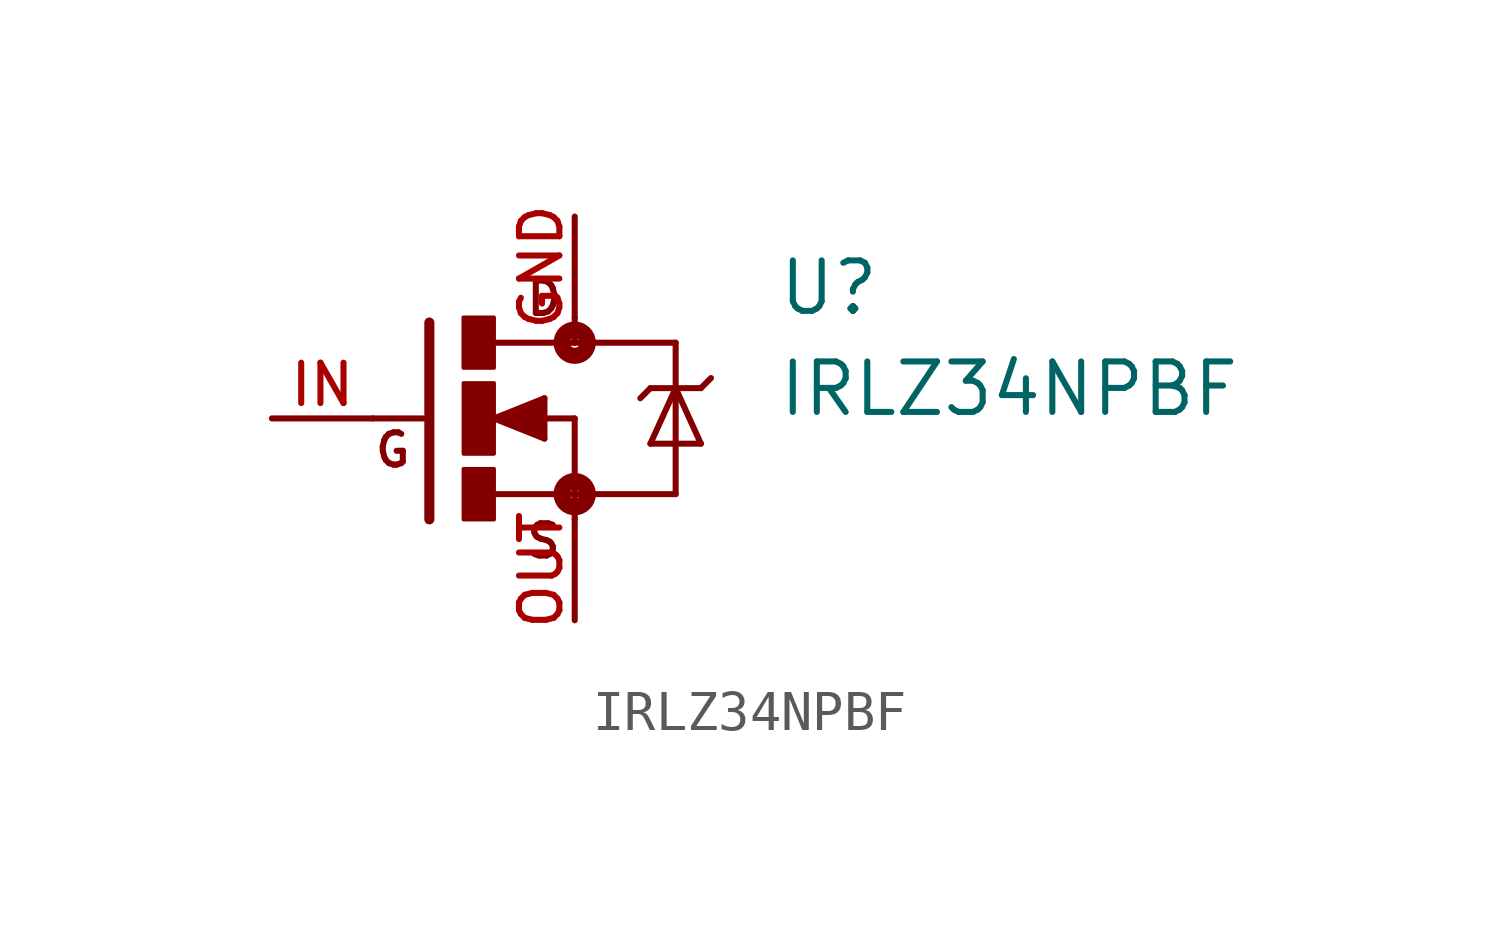
<source format=kicad_sym>
(kicad_symbol_lib
  (version 20211014)
  (generator kicad_symbol_editor)
  (symbol "IRLZ34NPBF"
    (pin_names
      (offset 1.016))
    (property "Reference" "U"
      (at 5.086 2.543 0)
      (effects (font (size 1.27 1.27)) (justify bottom left)))
    (property "Value" "IRLZ34NPBF"
      (at 5.085 0.0 0)
      (effects (font (size 1.27 1.27)) (justify bottom left)))
    (symbol "IRLZ34NPBF_0_0"
      (polyline (pts (xy -3.658 2.413) (xy -3.658 -2.54)) (stroke (width 0.254)))
      (polyline (pts (xy 0.0 1.905) (xy -2.007 1.905)) (stroke (width 0.152)))
      (polyline (pts (xy 0.0 0.0) (xy 0.0 -1.905)) (stroke (width 0.152)))
      (polyline (pts (xy -2.032 -1.905) (xy 0.0 -1.905)) (stroke (width 0.152)))
      (polyline (pts (xy 0.0 2.54) (xy 0.0 1.905)) (stroke (width 0.152)))
      (polyline (pts (xy 0.0 1.905) (xy 2.54 1.905)) (stroke (width 0.152)))
      (polyline (pts (xy 2.54 -1.905) (xy 0.0 -1.905)) (stroke (width 0.152)))
      (polyline (pts (xy 0.0 -1.905) (xy 0.0 -2.54)) (stroke (width 0.152)))
      (polyline (pts (xy -3.81 0.0) (xy -5.08 0.0)) (stroke (width 0.152)))
      (polyline (pts (xy -2.032 0.0) (xy -0.762 -0.508)) (stroke (width 0.152)))
      (polyline (pts (xy -0.762 -0.508) (xy -0.762 0.508)) (stroke (width 0.152)))
      (polyline (pts (xy -0.762 0.508) (xy -2.032 0.0)) (stroke (width 0.152)))
      (polyline (pts (xy -0.889 0.0) (xy 0.0 0.0)) (stroke (width 0.152)))
      (polyline (pts (xy -0.889 0.254) (xy -1.778 0.0)) (stroke (width 0.305)))
      (polyline (pts (xy -1.778 0.0) (xy -0.889 -0.254)) (stroke (width 0.305)))
      (polyline (pts (xy -0.889 -0.254) (xy -0.889 0.0)) (stroke (width 0.305)))
      (polyline (pts (xy -0.889 0.0) (xy -1.143 0.0)) (stroke (width 0.305)))
      (polyline (pts (xy 2.54 1.905) (xy 2.54 0.762)) (stroke (width 0.152)))
      (polyline (pts (xy 2.54 0.762) (xy 2.54 -1.905)) (stroke (width 0.152)))
      (polyline (pts (xy 2.54 0.762) (xy 1.905 -0.635)) (stroke (width 0.152)))
      (polyline (pts (xy 1.905 -0.635) (xy 3.175 -0.635)) (stroke (width 0.152)))
      (polyline (pts (xy 3.175 -0.635) (xy 2.54 0.762)) (stroke (width 0.152)))
      (polyline (pts (xy 1.905 0.762) (xy 2.54 0.762)) (stroke (width 0.152)))
      (polyline (pts (xy 2.54 0.762) (xy 3.175 0.762)) (stroke (width 0.152)))
      (polyline (pts (xy 3.175 0.762) (xy 3.429 1.016)) (stroke (width 0.152)))
      (polyline (pts (xy 1.905 0.762) (xy 1.651 0.508)) (stroke (width 0.152)))
      (circle (center 0.0 -1.905) (radius 0.127) (stroke (width 0.406)) (fill (type none)))
      (circle (center 0.0 1.905) (radius 0.127) (stroke (width 0.406)) (fill (type none)))
      (text "D" (at -1.273 2.546 0) (effects (font (size 0.815 0.815)) (justify bottom left)))
      (text "S" (at -1.271 -3.558 0) (effects (font (size 0.813 0.813)) (justify bottom left)))
      (text "G" (at -5.085 -1.271 0) (effects (font (size 0.814 0.814)) (justify bottom left)))
      (rectangle (start -2.797 -2.543) (end -2.032 -1.27) (stroke (width 0.1)) (fill (type outline)))
      (rectangle (start -2.8 1.273) (end -2.032 2.54) (stroke (width 0.1)) (fill (type outline)))
      (rectangle (start -2.796 -0.89) (end -2.032 0.889) (stroke (width 0.1)) (fill (type outline)))
      (pin passive line (at -7.62 0.0 0) (length 2.54) (name "~" (effects (font (size 1.016 1.016)))) (number "IN" (effects (font (size 1.016 1.016)))))
      (pin passive line (at 0.0 5.08 270.0) (length 2.54) (name "~" (effects (font (size 1.016 1.016)))) (number "GND" (effects (font (size 1.016 1.016)))))
      (pin passive line (at 0.0 -5.08 90.0) (length 2.54) (name "~" (effects (font (size 1.016 1.016)))) (number "OUT" (effects (font (size 1.016 1.016))))))))
</source>
